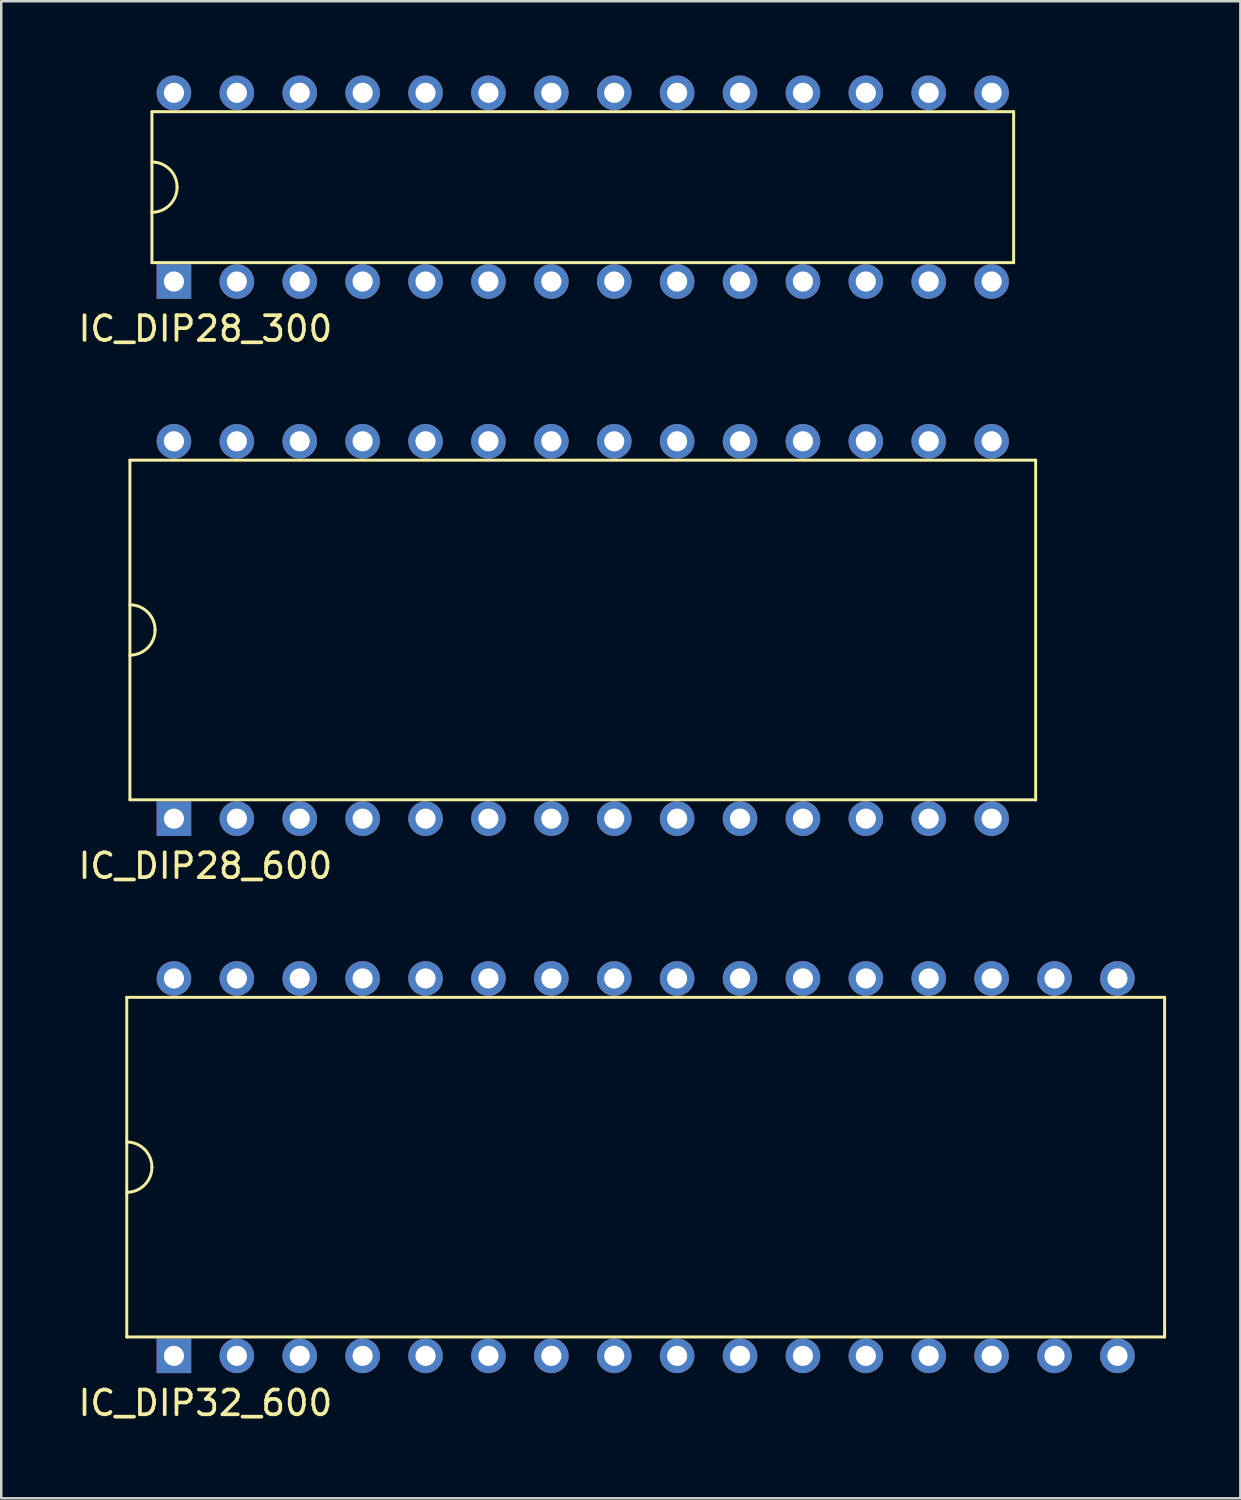
<source format=kicad_pcb>
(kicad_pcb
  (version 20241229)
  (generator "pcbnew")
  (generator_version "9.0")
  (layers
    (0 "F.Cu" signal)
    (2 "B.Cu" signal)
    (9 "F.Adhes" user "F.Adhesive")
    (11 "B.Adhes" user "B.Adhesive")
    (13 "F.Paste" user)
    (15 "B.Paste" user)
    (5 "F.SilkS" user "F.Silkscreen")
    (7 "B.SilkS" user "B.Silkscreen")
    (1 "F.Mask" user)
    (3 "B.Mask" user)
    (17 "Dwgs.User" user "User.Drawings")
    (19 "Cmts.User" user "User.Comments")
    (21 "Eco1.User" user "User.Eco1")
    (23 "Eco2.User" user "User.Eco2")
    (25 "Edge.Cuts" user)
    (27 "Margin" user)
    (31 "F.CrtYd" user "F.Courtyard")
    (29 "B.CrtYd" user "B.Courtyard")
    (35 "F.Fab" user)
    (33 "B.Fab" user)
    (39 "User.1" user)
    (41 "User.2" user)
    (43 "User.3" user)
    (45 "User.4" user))
  (footprint "IC_DIP32_600"
    (layer "F.Cu")
    (at 23.024 44.082)
    (property "Reference" "IC_DIP32_600" (at -17.78 9.525 0) (layer "F.SilkS") (effects (font (size 1 1) (thickness 0.15))))
    (attr through_hole)
    (fp_line (start -20.955 -6.858) (end 20.955 -6.858) (stroke (width 0.12) (type solid)) (layer "F.SilkS"))
    (fp_line (start -20.955 6.858) (end -20.955 -6.858) (stroke (width 0.12) (type solid)) (layer "F.SilkS"))
    (fp_line (start 20.955 -6.858) (end 20.955 6.858) (stroke (width 0.12) (type solid)) (layer "F.SilkS"))
    (fp_line (start 20.955 6.858) (end -20.955 6.858) (stroke (width 0.12) (type solid)) (layer "F.SilkS"))
    (fp_arc (start -20.955 -1.016) (mid -20.23658 -0.71842) (end -19.939 0) (stroke (width 0.12) (type solid)) (layer "F.SilkS"))
    (fp_arc (start -19.939 0) (mid -20.23658 0.71842) (end -20.955 1.016) (stroke (width 0.12) (type solid)) (layer "F.SilkS"))
    (pad "1" thru_hole rect (at -19.05 7.62) (size 1.397 1.397) (drill 0.813) (layers "*.Cu" "*.Mask"))
    (pad "2" thru_hole circle (at -16.51 7.62) (size 1.397 1.397) (drill 0.813) (layers "*.Cu" "*.Mask"))
    (pad "3" thru_hole circle (at -13.97 7.62) (size 1.397 1.397) (drill 0.813) (layers "*.Cu" "*.Mask"))
    (pad "4" thru_hole circle (at -11.43 7.62) (size 1.397 1.397) (drill 0.813) (layers "*.Cu" "*.Mask"))
    (pad "5" thru_hole circle (at -8.89 7.62) (size 1.397 1.397) (drill 0.813) (layers "*.Cu" "*.Mask"))
    (pad "6" thru_hole circle (at -6.35 7.62) (size 1.397 1.397) (drill 0.813) (layers "*.Cu" "*.Mask"))
    (pad "7" thru_hole circle (at -3.81 7.62) (size 1.397 1.397) (drill 0.813) (layers "*.Cu" "*.Mask"))
    (pad "8" thru_hole circle (at -1.27 7.62) (size 1.397 1.397) (drill 0.813) (layers "*.Cu" "*.Mask"))
    (pad "9" thru_hole circle (at 1.27 7.62) (size 1.397 1.397) (drill 0.813) (layers "*.Cu" "*.Mask"))
    (pad "10" thru_hole circle (at 3.81 7.62) (size 1.397 1.397) (drill 0.813) (layers "*.Cu" "*.Mask"))
    (pad "11" thru_hole circle (at 6.35 7.62) (size 1.397 1.397) (drill 0.813) (layers "*.Cu" "*.Mask"))
    (pad "12" thru_hole circle (at 8.89 7.62) (size 1.397 1.397) (drill 0.813) (layers "*.Cu" "*.Mask"))
    (pad "13" thru_hole circle (at 11.43 7.62) (size 1.397 1.397) (drill 0.813) (layers "*.Cu" "*.Mask"))
    (pad "14" thru_hole circle (at 13.97 7.62) (size 1.397 1.397) (drill 0.813) (layers "*.Cu" "*.Mask"))
    (pad "15" thru_hole circle (at 16.51 7.62) (size 1.397 1.397) (drill 0.813) (layers "*.Cu" "*.Mask"))
    (pad "16" thru_hole circle (at 19.05 7.62) (size 1.397 1.397) (drill 0.813) (layers "*.Cu" "*.Mask"))
    (pad "17" thru_hole circle (at 19.05 -7.62) (size 1.397 1.397) (drill 0.813) (layers "*.Cu" "*.Mask"))
    (pad "18" thru_hole circle (at 16.51 -7.62) (size 1.397 1.397) (drill 0.813) (layers "*.Cu" "*.Mask"))
    (pad "19" thru_hole circle (at 13.97 -7.62) (size 1.397 1.397) (drill 0.813) (layers "*.Cu" "*.Mask"))
    (pad "20" thru_hole circle (at 11.43 -7.62) (size 1.397 1.397) (drill 0.813) (layers "*.Cu" "*.Mask"))
    (pad "21" thru_hole circle (at 8.89 -7.62) (size 1.397 1.397) (drill 0.813) (layers "*.Cu" "*.Mask"))
    (pad "22" thru_hole circle (at 6.35 -7.62) (size 1.397 1.397) (drill 0.813) (layers "*.Cu" "*.Mask"))
    (pad "23" thru_hole circle (at 3.81 -7.62) (size 1.397 1.397) (drill 0.813) (layers "*.Cu" "*.Mask"))
    (pad "24" thru_hole circle (at 1.27 -7.62) (size 1.397 1.397) (drill 0.813) (layers "*.Cu" "*.Mask"))
    (pad "25" thru_hole circle (at -1.27 -7.62) (size 1.397 1.397) (drill 0.813) (layers "*.Cu" "*.Mask"))
    (pad "26" thru_hole circle (at -3.81 -7.62) (size 1.397 1.397) (drill 0.813) (layers "*.Cu" "*.Mask"))
    (pad "27" thru_hole circle (at -6.35 -7.62) (size 1.397 1.397) (drill 0.813) (layers "*.Cu" "*.Mask"))
    (pad "28" thru_hole circle (at -8.89 -7.62) (size 1.397 1.397) (drill 0.813) (layers "*.Cu" "*.Mask"))
    (pad "29" thru_hole circle (at -11.43 -7.62) (size 1.397 1.397) (drill 0.813) (layers "*.Cu" "*.Mask"))
    (pad "30" thru_hole circle (at -13.97 -7.62) (size 1.397 1.397) (drill 0.813) (layers "*.Cu" "*.Mask"))
    (pad "31" thru_hole circle (at -16.51 -7.62) (size 1.397 1.397) (drill 0.813) (layers "*.Cu" "*.Mask"))
    (pad "32" thru_hole circle (at -19.05 -7.62) (size 1.397 1.397) (drill 0.813) (layers "*.Cu" "*.Mask")))
  (footprint "IC_DIP28_300"
    (layer "F.Cu")
    (at 20.484 4.508)
    (property "Reference" "IC_DIP28_300" (at -15.24 5.715 0) (layer "F.SilkS") (effects (font (size 1 1) (thickness 0.15))))
    (attr through_hole)
    (fp_line (start -17.399 -3.048) (end 17.399 -3.048) (stroke (width 0.12) (type solid)) (layer "F.SilkS"))
    (fp_line (start -17.399 3.048) (end -17.399 -3.048) (stroke (width 0.12) (type solid)) (layer "F.SilkS"))
    (fp_line (start 17.399 -3.048) (end 17.399 3.048) (stroke (width 0.12) (type solid)) (layer "F.SilkS"))
    (fp_line (start 17.399 3.048) (end -17.399 3.048) (stroke (width 0.12) (type solid)) (layer "F.SilkS"))
    (fp_arc (start -17.399 -1.016) (mid -16.68058 -0.71842) (end -16.383 0) (stroke (width 0.12) (type solid)) (layer "F.SilkS"))
    (fp_arc (start -16.383 0) (mid -16.68058 0.71842) (end -17.399 1.016) (stroke (width 0.12) (type solid)) (layer "F.SilkS"))
    (pad "1" thru_hole rect (at -16.51 3.81 90) (size 1.397 1.397) (drill 0.813) (layers "*.Cu" "*.Mask"))
    (pad "2" thru_hole circle (at -13.97 3.81) (size 1.397 1.397) (drill 0.813) (layers "*.Cu" "*.Mask"))
    (pad "3" thru_hole circle (at -11.43 3.81) (size 1.397 1.397) (drill 0.813) (layers "*.Cu" "*.Mask"))
    (pad "4" thru_hole circle (at -8.89 3.81) (size 1.397 1.397) (drill 0.813) (layers "*.Cu" "*.Mask"))
    (pad "5" thru_hole circle (at -6.35 3.81) (size 1.397 1.397) (drill 0.813) (layers "*.Cu" "*.Mask"))
    (pad "6" thru_hole circle (at -3.81 3.81) (size 1.397 1.397) (drill 0.813) (layers "*.Cu" "*.Mask"))
    (pad "7" thru_hole circle (at -1.27 3.81) (size 1.397 1.397) (drill 0.813) (layers "*.Cu" "*.Mask"))
    (pad "8" thru_hole circle (at 1.27 3.81) (size 1.397 1.397) (drill 0.813) (layers "*.Cu" "*.Mask"))
    (pad "9" thru_hole circle (at 3.81 3.81) (size 1.397 1.397) (drill 0.813) (layers "*.Cu" "*.Mask"))
    (pad "10" thru_hole circle (at 6.35 3.81) (size 1.397 1.397) (drill 0.813) (layers "*.Cu" "*.Mask"))
    (pad "11" thru_hole circle (at 8.89 3.81) (size 1.397 1.397) (drill 0.813) (layers "*.Cu" "*.Mask"))
    (pad "12" thru_hole circle (at 11.43 3.81) (size 1.397 1.397) (drill 0.813) (layers "*.Cu" "*.Mask"))
    (pad "13" thru_hole circle (at 13.97 3.81) (size 1.397 1.397) (drill 0.813) (layers "*.Cu" "*.Mask"))
    (pad "14" thru_hole circle (at 16.51 3.81) (size 1.397 1.397) (drill 0.813) (layers "*.Cu" "*.Mask"))
    (pad "15" thru_hole circle (at 16.51 -3.81) (size 1.397 1.397) (drill 0.813) (layers "*.Cu" "*.Mask"))
    (pad "16" thru_hole circle (at 13.97 -3.81) (size 1.397 1.397) (drill 0.813) (layers "*.Cu" "*.Mask"))
    (pad "17" thru_hole circle (at 11.43 -3.81) (size 1.397 1.397) (drill 0.813) (layers "*.Cu" "*.Mask"))
    (pad "18" thru_hole circle (at 8.89 -3.81) (size 1.397 1.397) (drill 0.813) (layers "*.Cu" "*.Mask"))
    (pad "19" thru_hole circle (at 6.35 -3.81) (size 1.397 1.397) (drill 0.813) (layers "*.Cu" "*.Mask"))
    (pad "20" thru_hole circle (at 3.81 -3.81) (size 1.397 1.397) (drill 0.813) (layers "*.Cu" "*.Mask"))
    (pad "21" thru_hole circle (at 1.27 -3.81) (size 1.397 1.397) (drill 0.813) (layers "*.Cu" "*.Mask"))
    (pad "22" thru_hole circle (at -1.27 -3.81) (size 1.397 1.397) (drill 0.813) (layers "*.Cu" "*.Mask"))
    (pad "23" thru_hole circle (at -3.81 -3.81) (size 1.397 1.397) (drill 0.813) (layers "*.Cu" "*.Mask"))
    (pad "24" thru_hole circle (at -6.35 -3.81) (size 1.397 1.397) (drill 0.813) (layers "*.Cu" "*.Mask"))
    (pad "25" thru_hole circle (at -8.89 -3.81) (size 1.397 1.397) (drill 0.813) (layers "*.Cu" "*.Mask"))
    (pad "26" thru_hole circle (at -11.43 -3.81) (size 1.397 1.397) (drill 0.813) (layers "*.Cu" "*.Mask"))
    (pad "27" thru_hole circle (at -13.97 -3.81) (size 1.397 1.397) (drill 0.813) (layers "*.Cu" "*.Mask"))
    (pad "28" thru_hole circle (at -16.51 -3.81) (size 1.397 1.397) (drill 0.813) (layers "*.Cu" "*.Mask")))
  (footprint "IC_DIP28_600"
    (layer "F.Cu")
    (at 20.484 22.39)
    (property "Reference" "IC_DIP28_600" (at -15.24 9.525 0) (layer "F.SilkS") (effects (font (size 1 1) (thickness 0.15))))
    (attr through_hole)
    (fp_line (start -18.288 -6.858) (end 18.288 -6.858) (stroke (width 0.12) (type solid)) (layer "F.SilkS"))
    (fp_line (start -18.288 6.858) (end -18.288 -6.858) (stroke (width 0.12) (type solid)) (layer "F.SilkS"))
    (fp_line (start 18.288 -6.858) (end 18.288 6.858) (stroke (width 0.12) (type solid)) (layer "F.SilkS"))
    (fp_line (start 18.288 6.858) (end -18.288 6.858) (stroke (width 0.12) (type solid)) (layer "F.SilkS"))
    (fp_arc (start -18.288 -1.016) (mid -17.56958 -0.71842) (end -17.272 0) (stroke (width 0.12) (type solid)) (layer "F.SilkS"))
    (fp_arc (start -17.272 0) (mid -17.56958 0.71842) (end -18.288 1.016) (stroke (width 0.12) (type solid)) (layer "F.SilkS"))
    (pad "1" thru_hole rect (at -16.51 7.62) (size 1.397 1.397) (drill 0.813) (layers "*.Cu" "*.Mask"))
    (pad "2" thru_hole circle (at -13.97 7.62) (size 1.397 1.397) (drill 0.813) (layers "*.Cu" "*.Mask"))
    (pad "3" thru_hole circle (at -11.43 7.62) (size 1.397 1.397) (drill 0.813) (layers "*.Cu" "*.Mask"))
    (pad "4" thru_hole circle (at -8.89 7.62) (size 1.397 1.397) (drill 0.813) (layers "*.Cu" "*.Mask"))
    (pad "5" thru_hole circle (at -6.35 7.62) (size 1.397 1.397) (drill 0.813) (layers "*.Cu" "*.Mask"))
    (pad "6" thru_hole circle (at -3.81 7.62) (size 1.397 1.397) (drill 0.813) (layers "*.Cu" "*.Mask"))
    (pad "7" thru_hole circle (at -1.27 7.62) (size 1.397 1.397) (drill 0.813) (layers "*.Cu" "*.Mask"))
    (pad "8" thru_hole circle (at 1.27 7.62) (size 1.397 1.397) (drill 0.813) (layers "*.Cu" "*.Mask"))
    (pad "9" thru_hole circle (at 3.81 7.62) (size 1.397 1.397) (drill 0.813) (layers "*.Cu" "*.Mask"))
    (pad "10" thru_hole circle (at 6.35 7.62) (size 1.397 1.397) (drill 0.813) (layers "*.Cu" "*.Mask"))
    (pad "11" thru_hole circle (at 8.89 7.62) (size 1.397 1.397) (drill 0.813) (layers "*.Cu" "*.Mask"))
    (pad "12" thru_hole circle (at 11.43 7.62) (size 1.397 1.397) (drill 0.813) (layers "*.Cu" "*.Mask"))
    (pad "13" thru_hole circle (at 13.97 7.62) (size 1.397 1.397) (drill 0.813) (layers "*.Cu" "*.Mask"))
    (pad "14" thru_hole circle (at 16.51 7.62) (size 1.397 1.397) (drill 0.813) (layers "*.Cu" "*.Mask"))
    (pad "15" thru_hole circle (at 16.51 -7.62) (size 1.397 1.397) (drill 0.813) (layers "*.Cu" "*.Mask"))
    (pad "16" thru_hole circle (at 13.97 -7.62) (size 1.397 1.397) (drill 0.813) (layers "*.Cu" "*.Mask"))
    (pad "17" thru_hole circle (at 11.43 -7.62) (size 1.397 1.397) (drill 0.813) (layers "*.Cu" "*.Mask"))
    (pad "18" thru_hole circle (at 8.89 -7.62) (size 1.397 1.397) (drill 0.813) (layers "*.Cu" "*.Mask"))
    (pad "19" thru_hole circle (at 6.35 -7.62) (size 1.397 1.397) (drill 0.813) (layers "*.Cu" "*.Mask"))
    (pad "20" thru_hole circle (at 3.81 -7.62) (size 1.397 1.397) (drill 0.813) (layers "*.Cu" "*.Mask"))
    (pad "21" thru_hole circle (at 1.27 -7.62) (size 1.397 1.397) (drill 0.813) (layers "*.Cu" "*.Mask"))
    (pad "22" thru_hole circle (at -1.27 -7.62) (size 1.397 1.397) (drill 0.813) (layers "*.Cu" "*.Mask"))
    (pad "23" thru_hole circle (at -3.81 -7.62) (size 1.397 1.397) (drill 0.813) (layers "*.Cu" "*.Mask"))
    (pad "24" thru_hole circle (at -6.35 -7.62) (size 1.397 1.397) (drill 0.813) (layers "*.Cu" "*.Mask"))
    (pad "25" thru_hole circle (at -8.89 -7.62) (size 1.397 1.397) (drill 0.813) (layers "*.Cu" "*.Mask"))
    (pad "26" thru_hole circle (at -11.43 -7.62) (size 1.397 1.397) (drill 0.813) (layers "*.Cu" "*.Mask"))
    (pad "27" thru_hole circle (at -13.97 -7.62) (size 1.397 1.397) (drill 0.813) (layers "*.Cu" "*.Mask"))
    (pad "28" thru_hole circle (at -16.51 -7.62) (size 1.397 1.397) (drill 0.813) (layers "*.Cu" "*.Mask")))
  (gr_rect
    (start -3 -3)
    (end 47.039 57.455)
    (stroke (width 0.1) (type default))
    (fill no)
    (layer "Edge.Cuts")))
</source>
